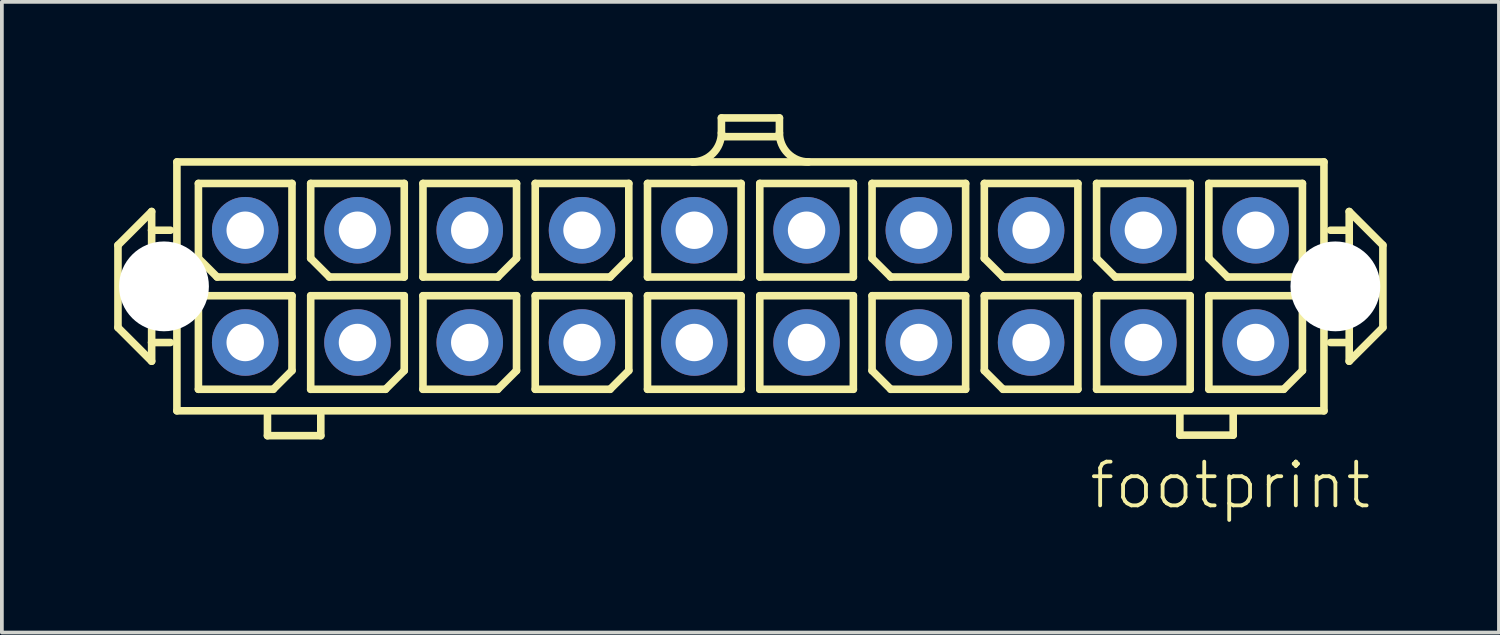
<source format=kicad_pcb>
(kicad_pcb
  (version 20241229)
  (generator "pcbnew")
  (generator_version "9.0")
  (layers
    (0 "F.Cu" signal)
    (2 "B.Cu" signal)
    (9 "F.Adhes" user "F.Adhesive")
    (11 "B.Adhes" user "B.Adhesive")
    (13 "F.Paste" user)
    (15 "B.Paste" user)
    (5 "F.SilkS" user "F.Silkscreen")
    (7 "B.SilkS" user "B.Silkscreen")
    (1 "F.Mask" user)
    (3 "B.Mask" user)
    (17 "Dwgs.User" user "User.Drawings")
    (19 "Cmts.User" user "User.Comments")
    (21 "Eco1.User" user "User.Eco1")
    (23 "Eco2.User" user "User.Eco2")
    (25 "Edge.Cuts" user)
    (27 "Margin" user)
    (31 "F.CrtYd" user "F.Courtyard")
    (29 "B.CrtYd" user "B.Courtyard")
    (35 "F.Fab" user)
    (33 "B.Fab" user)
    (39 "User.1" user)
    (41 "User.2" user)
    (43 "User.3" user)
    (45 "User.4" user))
  (footprint "footprint"
    (layer "F.Cu")
    (at 17.002 4.602)
    (property "Reference" "footprint" (at 9 6 0) (layer "F.SilkS") (effects (font (size 1.168 1.168) (thickness 0.102)) (justify left bottom)))
    (fp_line (start -16.9 -1.1) (end -16 -2) (stroke (width 0.203) (type solid)) (layer "F.SilkS"))
    (fp_line (start -16.9 1.1) (end -16.9 -1.1) (stroke (width 0.203) (type solid)) (layer "F.SilkS"))
    (fp_line (start -16 -2) (end -16 -1.5) (stroke (width 0.203) (type solid)) (layer "F.SilkS"))
    (fp_line (start -16 -1.5) (end -16 1.5) (stroke (width 0.203) (type solid)) (layer "F.SilkS"))
    (fp_line (start -16 -1.5) (end -15.5 -1.5) (stroke (width 0.203) (type solid)) (layer "F.SilkS"))
    (fp_line (start -16 1.5) (end -16 2) (stroke (width 0.203) (type solid)) (layer "F.SilkS"))
    (fp_line (start -16 1.5) (end -15.5 1.5) (stroke (width 0.203) (type solid)) (layer "F.SilkS"))
    (fp_line (start -16 2) (end -16.9 1.1) (stroke (width 0.203) (type solid)) (layer "F.SilkS"))
    (fp_line (start -15.325 -3.325) (end 15.325 -3.325) (stroke (width 0.203) (type solid)) (layer "F.SilkS"))
    (fp_line (start -15.325 3.325) (end -15.325 -3.325) (stroke (width 0.203) (type solid)) (layer "F.SilkS"))
    (fp_line (start -14.75 -2.75) (end -14.75 -0.75) (stroke (width 0.203) (type solid)) (layer "F.SilkS"))
    (fp_line (start -14.75 0.25) (end -14.75 2.75) (stroke (width 0.203) (type solid)) (layer "F.SilkS"))
    (fp_line (start -14.75 0.25) (end -12.25 0.25) (stroke (width 0.203) (type solid)) (layer "F.SilkS"))
    (fp_line (start -14.75 2.75) (end -12.75 2.75) (stroke (width 0.203) (type solid)) (layer "F.SilkS"))
    (fp_line (start -14.25 -0.25) (end -14.75 -0.75) (stroke (width 0.203) (type solid)) (layer "F.SilkS"))
    (fp_line (start -14.25 -0.25) (end -12.25 -0.25) (stroke (width 0.203) (type solid)) (layer "F.SilkS"))
    (fp_line (start -12.905 3.99) (end -12.905 3.44) (stroke (width 0.203) (type solid)) (layer "F.SilkS"))
    (fp_line (start -12.75 2.75) (end -12.25 2.25) (stroke (width 0.203) (type solid)) (layer "F.SilkS"))
    (fp_line (start -12.25 -2.75) (end -14.75 -2.75) (stroke (width 0.203) (type solid)) (layer "F.SilkS"))
    (fp_line (start -12.25 -2.75) (end -12.25 -0.25) (stroke (width 0.203) (type solid)) (layer "F.SilkS"))
    (fp_line (start -12.25 0.25) (end -12.25 2.25) (stroke (width 0.203) (type solid)) (layer "F.SilkS"))
    (fp_line (start -11.75 -2.75) (end -11.75 -0.75) (stroke (width 0.203) (type solid)) (layer "F.SilkS"))
    (fp_line (start -11.75 0.25) (end -11.75 2.75) (stroke (width 0.203) (type solid)) (layer "F.SilkS"))
    (fp_line (start -11.75 0.25) (end -9.25 0.25) (stroke (width 0.203) (type solid)) (layer "F.SilkS"))
    (fp_line (start -11.75 2.75) (end -9.75 2.75) (stroke (width 0.203) (type solid)) (layer "F.SilkS"))
    (fp_line (start -11.48 3.99) (end -12.905 3.99) (stroke (width 0.203) (type solid)) (layer "F.SilkS"))
    (fp_line (start -11.48 3.99) (end -11.48 3.44) (stroke (width 0.203) (type solid)) (layer "F.SilkS"))
    (fp_line (start -11.25 -0.25) (end -11.75 -0.75) (stroke (width 0.203) (type solid)) (layer "F.SilkS"))
    (fp_line (start -11.25 -0.25) (end -9.25 -0.25) (stroke (width 0.203) (type solid)) (layer "F.SilkS"))
    (fp_line (start -9.75 2.75) (end -9.25 2.25) (stroke (width 0.203) (type solid)) (layer "F.SilkS"))
    (fp_line (start -9.25 -2.75) (end -11.75 -2.75) (stroke (width 0.203) (type solid)) (layer "F.SilkS"))
    (fp_line (start -9.25 -2.75) (end -9.25 -0.25) (stroke (width 0.203) (type solid)) (layer "F.SilkS"))
    (fp_line (start -9.25 0.25) (end -9.25 2.25) (stroke (width 0.203) (type solid)) (layer "F.SilkS"))
    (fp_line (start -8.75 -2.75) (end -8.75 -0.25) (stroke (width 0.203) (type solid)) (layer "F.SilkS"))
    (fp_line (start -8.75 -0.25) (end -6.75 -0.25) (stroke (width 0.203) (type solid)) (layer "F.SilkS"))
    (fp_line (start -8.75 0.25) (end -8.75 2.75) (stroke (width 0.203) (type solid)) (layer "F.SilkS"))
    (fp_line (start -8.75 0.25) (end -6.25 0.25) (stroke (width 0.203) (type solid)) (layer "F.SilkS"))
    (fp_line (start -8.75 2.75) (end -6.75 2.75) (stroke (width 0.203) (type solid)) (layer "F.SilkS"))
    (fp_line (start -6.75 -0.25) (end -6.25 -0.75) (stroke (width 0.203) (type solid)) (layer "F.SilkS"))
    (fp_line (start -6.75 2.75) (end -6.25 2.25) (stroke (width 0.203) (type solid)) (layer "F.SilkS"))
    (fp_line (start -6.25 -2.75) (end -8.75 -2.75) (stroke (width 0.203) (type solid)) (layer "F.SilkS"))
    (fp_line (start -6.25 -2.75) (end -6.25 -0.75) (stroke (width 0.203) (type solid)) (layer "F.SilkS"))
    (fp_line (start -6.25 0.25) (end -6.25 2.25) (stroke (width 0.203) (type solid)) (layer "F.SilkS"))
    (fp_line (start -5.75 -2.75) (end -5.75 -0.25) (stroke (width 0.203) (type solid)) (layer "F.SilkS"))
    (fp_line (start -5.75 -0.25) (end -3.75 -0.25) (stroke (width 0.203) (type solid)) (layer "F.SilkS"))
    (fp_line (start -5.75 0.25) (end -5.75 2.75) (stroke (width 0.203) (type solid)) (layer "F.SilkS"))
    (fp_line (start -5.75 0.25) (end -3.25 0.25) (stroke (width 0.203) (type solid)) (layer "F.SilkS"))
    (fp_line (start -5.75 2.75) (end -3.75 2.75) (stroke (width 0.203) (type solid)) (layer "F.SilkS"))
    (fp_line (start -3.75 -0.25) (end -3.25 -0.75) (stroke (width 0.203) (type solid)) (layer "F.SilkS"))
    (fp_line (start -3.75 2.75) (end -3.25 2.25) (stroke (width 0.203) (type solid)) (layer "F.SilkS"))
    (fp_line (start -3.25 -2.75) (end -5.75 -2.75) (stroke (width 0.203) (type solid)) (layer "F.SilkS"))
    (fp_line (start -3.25 -2.75) (end -3.25 -0.75) (stroke (width 0.203) (type solid)) (layer "F.SilkS"))
    (fp_line (start -3.25 0.25) (end -3.25 2.25) (stroke (width 0.203) (type solid)) (layer "F.SilkS"))
    (fp_line (start -2.75 -2.75) (end -2.75 -0.25) (stroke (width 0.203) (type solid)) (layer "F.SilkS"))
    (fp_line (start -2.75 -0.25) (end -0.25 -0.25) (stroke (width 0.203) (type solid)) (layer "F.SilkS"))
    (fp_line (start -2.75 0.25) (end -2.75 2.75) (stroke (width 0.203) (type solid)) (layer "F.SilkS"))
    (fp_line (start -2.75 0.25) (end -0.25 0.25) (stroke (width 0.203) (type solid)) (layer "F.SilkS"))
    (fp_line (start -2.75 2.75) (end -0.25 2.75) (stroke (width 0.203) (type solid)) (layer "F.SilkS"))
    (fp_line (start -0.775 -4.5) (end 0.775 -4.5) (stroke (width 0.203) (type solid)) (layer "F.SilkS"))
    (fp_line (start -0.775 -4.1) (end -0.775 -4.5) (stroke (width 0.203) (type solid)) (layer "F.SilkS"))
    (fp_line (start -0.25 -2.75) (end -2.75 -2.75) (stroke (width 0.203) (type solid)) (layer "F.SilkS"))
    (fp_line (start -0.25 -2.75) (end -0.25 -0.25) (stroke (width 0.203) (type solid)) (layer "F.SilkS"))
    (fp_line (start -0.25 0.25) (end -0.25 2.75) (stroke (width 0.203) (type solid)) (layer "F.SilkS"))
    (fp_line (start 0.25 -2.75) (end 0.25 -0.25) (stroke (width 0.203) (type solid)) (layer "F.SilkS"))
    (fp_line (start 0.25 -0.25) (end 2.75 -0.25) (stroke (width 0.203) (type solid)) (layer "F.SilkS"))
    (fp_line (start 0.25 0.25) (end 0.25 2.75) (stroke (width 0.203) (type solid)) (layer "F.SilkS"))
    (fp_line (start 0.25 0.25) (end 2.75 0.25) (stroke (width 0.203) (type solid)) (layer "F.SilkS"))
    (fp_line (start 0.25 2.75) (end 2.75 2.75) (stroke (width 0.203) (type solid)) (layer "F.SilkS"))
    (fp_line (start 0.75 -4) (end -0.75 -4) (stroke (width 0.203) (type solid)) (layer "F.SilkS"))
    (fp_line (start 0.775 -4.1) (end 0.775 -4.5) (stroke (width 0.203) (type solid)) (layer "F.SilkS"))
    (fp_line (start 2.75 -2.75) (end 0.25 -2.75) (stroke (width 0.203) (type solid)) (layer "F.SilkS"))
    (fp_line (start 2.75 -2.75) (end 2.75 -0.25) (stroke (width 0.203) (type solid)) (layer "F.SilkS"))
    (fp_line (start 2.75 0.25) (end 2.75 2.75) (stroke (width 0.203) (type solid)) (layer "F.SilkS"))
    (fp_line (start 3.25 -2.75) (end 3.25 -0.75) (stroke (width 0.203) (type solid)) (layer "F.SilkS"))
    (fp_line (start 3.25 0.25) (end 3.25 2.25) (stroke (width 0.203) (type solid)) (layer "F.SilkS"))
    (fp_line (start 3.25 0.25) (end 5.75 0.25) (stroke (width 0.203) (type solid)) (layer "F.SilkS"))
    (fp_line (start 3.75 -0.25) (end 3.25 -0.75) (stroke (width 0.203) (type solid)) (layer "F.SilkS"))
    (fp_line (start 3.75 -0.25) (end 5.75 -0.25) (stroke (width 0.203) (type solid)) (layer "F.SilkS"))
    (fp_line (start 3.75 2.75) (end 3.25 2.25) (stroke (width 0.203) (type solid)) (layer "F.SilkS"))
    (fp_line (start 3.75 2.75) (end 5.75 2.75) (stroke (width 0.203) (type solid)) (layer "F.SilkS"))
    (fp_line (start 5.75 -2.75) (end 3.25 -2.75) (stroke (width 0.203) (type solid)) (layer "F.SilkS"))
    (fp_line (start 5.75 -2.75) (end 5.75 -0.25) (stroke (width 0.203) (type solid)) (layer "F.SilkS"))
    (fp_line (start 5.75 0.25) (end 5.75 2.75) (stroke (width 0.203) (type solid)) (layer "F.SilkS"))
    (fp_line (start 6.25 -2.75) (end 6.25 -0.75) (stroke (width 0.203) (type solid)) (layer "F.SilkS"))
    (fp_line (start 6.25 0.25) (end 6.25 2.25) (stroke (width 0.203) (type solid)) (layer "F.SilkS"))
    (fp_line (start 6.25 0.25) (end 8.75 0.25) (stroke (width 0.203) (type solid)) (layer "F.SilkS"))
    (fp_line (start 6.75 -0.25) (end 6.25 -0.75) (stroke (width 0.203) (type solid)) (layer "F.SilkS"))
    (fp_line (start 6.75 -0.25) (end 8.75 -0.25) (stroke (width 0.203) (type solid)) (layer "F.SilkS"))
    (fp_line (start 6.75 2.75) (end 6.25 2.25) (stroke (width 0.203) (type solid)) (layer "F.SilkS"))
    (fp_line (start 6.75 2.75) (end 8.75 2.75) (stroke (width 0.203) (type solid)) (layer "F.SilkS"))
    (fp_line (start 8.75 -2.75) (end 6.25 -2.75) (stroke (width 0.203) (type solid)) (layer "F.SilkS"))
    (fp_line (start 8.75 -2.75) (end 8.75 -0.25) (stroke (width 0.203) (type solid)) (layer "F.SilkS"))
    (fp_line (start 8.75 0.25) (end 8.75 2.75) (stroke (width 0.203) (type solid)) (layer "F.SilkS"))
    (fp_line (start 9.25 -2.75) (end 9.25 -0.75) (stroke (width 0.203) (type solid)) (layer "F.SilkS"))
    (fp_line (start 9.25 0.25) (end 9.25 2.75) (stroke (width 0.203) (type solid)) (layer "F.SilkS"))
    (fp_line (start 9.25 0.25) (end 11.75 0.25) (stroke (width 0.203) (type solid)) (layer "F.SilkS"))
    (fp_line (start 9.25 2.75) (end 11.75 2.75) (stroke (width 0.203) (type solid)) (layer "F.SilkS"))
    (fp_line (start 9.75 -0.25) (end 9.25 -0.75) (stroke (width 0.203) (type solid)) (layer "F.SilkS"))
    (fp_line (start 9.75 -0.25) (end 11.75 -0.25) (stroke (width 0.203) (type solid)) (layer "F.SilkS"))
    (fp_line (start 11.475 3.975) (end 11.475 3.425) (stroke (width 0.203) (type solid)) (layer "F.SilkS"))
    (fp_line (start 11.75 -2.75) (end 9.25 -2.75) (stroke (width 0.203) (type solid)) (layer "F.SilkS"))
    (fp_line (start 11.75 -2.75) (end 11.75 -0.25) (stroke (width 0.203) (type solid)) (layer "F.SilkS"))
    (fp_line (start 11.75 0.25) (end 11.75 2.75) (stroke (width 0.203) (type solid)) (layer "F.SilkS"))
    (fp_line (start 12.25 -2.75) (end 12.25 -0.75) (stroke (width 0.203) (type solid)) (layer "F.SilkS"))
    (fp_line (start 12.25 0.25) (end 12.25 2.75) (stroke (width 0.203) (type solid)) (layer "F.SilkS"))
    (fp_line (start 12.25 0.25) (end 14.75 0.25) (stroke (width 0.203) (type solid)) (layer "F.SilkS"))
    (fp_line (start 12.25 2.75) (end 14.25 2.75) (stroke (width 0.203) (type solid)) (layer "F.SilkS"))
    (fp_line (start 12.75 -0.25) (end 12.25 -0.75) (stroke (width 0.203) (type solid)) (layer "F.SilkS"))
    (fp_line (start 12.75 -0.25) (end 14.75 -0.25) (stroke (width 0.203) (type solid)) (layer "F.SilkS"))
    (fp_line (start 12.9 3.975) (end 11.475 3.975) (stroke (width 0.203) (type solid)) (layer "F.SilkS"))
    (fp_line (start 12.9 3.975) (end 12.9 3.425) (stroke (width 0.203) (type solid)) (layer "F.SilkS"))
    (fp_line (start 14.25 2.75) (end 14.75 2.25) (stroke (width 0.203) (type solid)) (layer "F.SilkS"))
    (fp_line (start 14.75 -2.75) (end 12.25 -2.75) (stroke (width 0.203) (type solid)) (layer "F.SilkS"))
    (fp_line (start 14.75 -0.25) (end 14.75 -2.75) (stroke (width 0.203) (type solid)) (layer "F.SilkS"))
    (fp_line (start 14.75 2.25) (end 14.75 0.25) (stroke (width 0.203) (type solid)) (layer "F.SilkS"))
    (fp_line (start 15.325 -3.325) (end 15.325 3.325) (stroke (width 0.203) (type solid)) (layer "F.SilkS"))
    (fp_line (start 15.325 3.325) (end -15.325 3.325) (stroke (width 0.203) (type solid)) (layer "F.SilkS"))
    (fp_line (start 16 -2) (end 16 -1.5) (stroke (width 0.203) (type solid)) (layer "F.SilkS"))
    (fp_line (start 16 -2) (end 16.9 -1.1) (stroke (width 0.203) (type solid)) (layer "F.SilkS"))
    (fp_line (start 16 -1.5) (end 15.5 -1.5) (stroke (width 0.203) (type solid)) (layer "F.SilkS"))
    (fp_line (start 16 -1.5) (end 16 1.5) (stroke (width 0.203) (type solid)) (layer "F.SilkS"))
    (fp_line (start 16 1.5) (end 15.5 1.5) (stroke (width 0.203) (type solid)) (layer "F.SilkS"))
    (fp_line (start 16 1.5) (end 16 2) (stroke (width 0.203) (type solid)) (layer "F.SilkS"))
    (fp_line (start 16.9 -1.1) (end 16.9 1.1) (stroke (width 0.203) (type solid)) (layer "F.SilkS"))
    (fp_line (start 16.9 1.1) (end 16 2) (stroke (width 0.203) (type solid)) (layer "F.SilkS"))
    (fp_arc (start -0.775 -4.1) (mid -1.001992 -3.551992) (end -1.55 -3.325) (stroke (width 0.2032) (type solid)) (layer "F.SilkS"))
    (fp_arc (start 1.55 -3.325) (mid 1.001992 -3.551992) (end 0.775 -4.1) (stroke (width 0.2032) (type solid)) (layer "F.SilkS"))
    (pad "" np_thru_hole circle (at -15.67 0) (size 2.4 2.4) (drill 2.4) (layers "*.Cu" "*.Mask"))
    (pad "" np_thru_hole circle (at 15.63 0) (size 2.4 2.4) (drill 2.4) (layers "*.Cu" "*.Mask"))
    (pad "1" thru_hole circle (at 13.5 1.5) (size 1.778 1.778) (drill 1) (layers "*.Cu" "*.Mask"))
    (pad "2" thru_hole circle (at 13.5 -1.5) (size 1.778 1.778) (drill 1) (layers "*.Cu" "*.Mask"))
    (pad "3" thru_hole circle (at 10.5 1.5) (size 1.778 1.778) (drill 1) (layers "*.Cu" "*.Mask"))
    (pad "4" thru_hole circle (at 10.5 -1.5) (size 1.778 1.778) (drill 1) (layers "*.Cu" "*.Mask"))
    (pad "5" thru_hole circle (at 7.5 1.5) (size 1.778 1.778) (drill 1) (layers "*.Cu" "*.Mask"))
    (pad "6" thru_hole circle (at 7.5 -1.5) (size 1.778 1.778) (drill 1) (layers "*.Cu" "*.Mask"))
    (pad "7" thru_hole circle (at 4.5 1.5) (size 1.778 1.778) (drill 1) (layers "*.Cu" "*.Mask"))
    (pad "8" thru_hole circle (at 4.5 -1.5) (size 1.778 1.778) (drill 1) (layers "*.Cu" "*.Mask"))
    (pad "9" thru_hole circle (at 1.5 1.5) (size 1.778 1.778) (drill 1) (layers "*.Cu" "*.Mask"))
    (pad "10" thru_hole circle (at 1.5 -1.5) (size 1.778 1.778) (drill 1) (layers "*.Cu" "*.Mask"))
    (pad "11" thru_hole circle (at -1.5 1.5) (size 1.778 1.778) (drill 1) (layers "*.Cu" "*.Mask"))
    (pad "12" thru_hole circle (at -1.5 -1.5) (size 1.778 1.778) (drill 1) (layers "*.Cu" "*.Mask"))
    (pad "13" thru_hole circle (at -4.5 1.5) (size 1.778 1.778) (drill 1) (layers "*.Cu" "*.Mask"))
    (pad "14" thru_hole circle (at -4.5 -1.5) (size 1.778 1.778) (drill 1) (layers "*.Cu" "*.Mask"))
    (pad "15" thru_hole circle (at -7.5 1.5) (size 1.778 1.778) (drill 1) (layers "*.Cu" "*.Mask"))
    (pad "16" thru_hole circle (at -7.5 -1.5) (size 1.778 1.778) (drill 1) (layers "*.Cu" "*.Mask"))
    (pad "17" thru_hole circle (at -10.5 1.5) (size 1.778 1.778) (drill 1) (layers "*.Cu" "*.Mask"))
    (pad "18" thru_hole circle (at -10.5 -1.5) (size 1.778 1.778) (drill 1) (layers "*.Cu" "*.Mask"))
    (pad "19" thru_hole circle (at -13.5 1.5) (size 1.778 1.778) (drill 1) (layers "*.Cu" "*.Mask"))
    (pad "20" thru_hole circle (at -13.5 -1.5) (size 1.778 1.778) (drill 1) (layers "*.Cu" "*.Mask")))
  (gr_rect
    (start -3 -3)
    (end 37.003 13.852)
    (stroke (width 0.1) (type default))
    (fill no)
    (layer "Edge.Cuts")))
</source>
